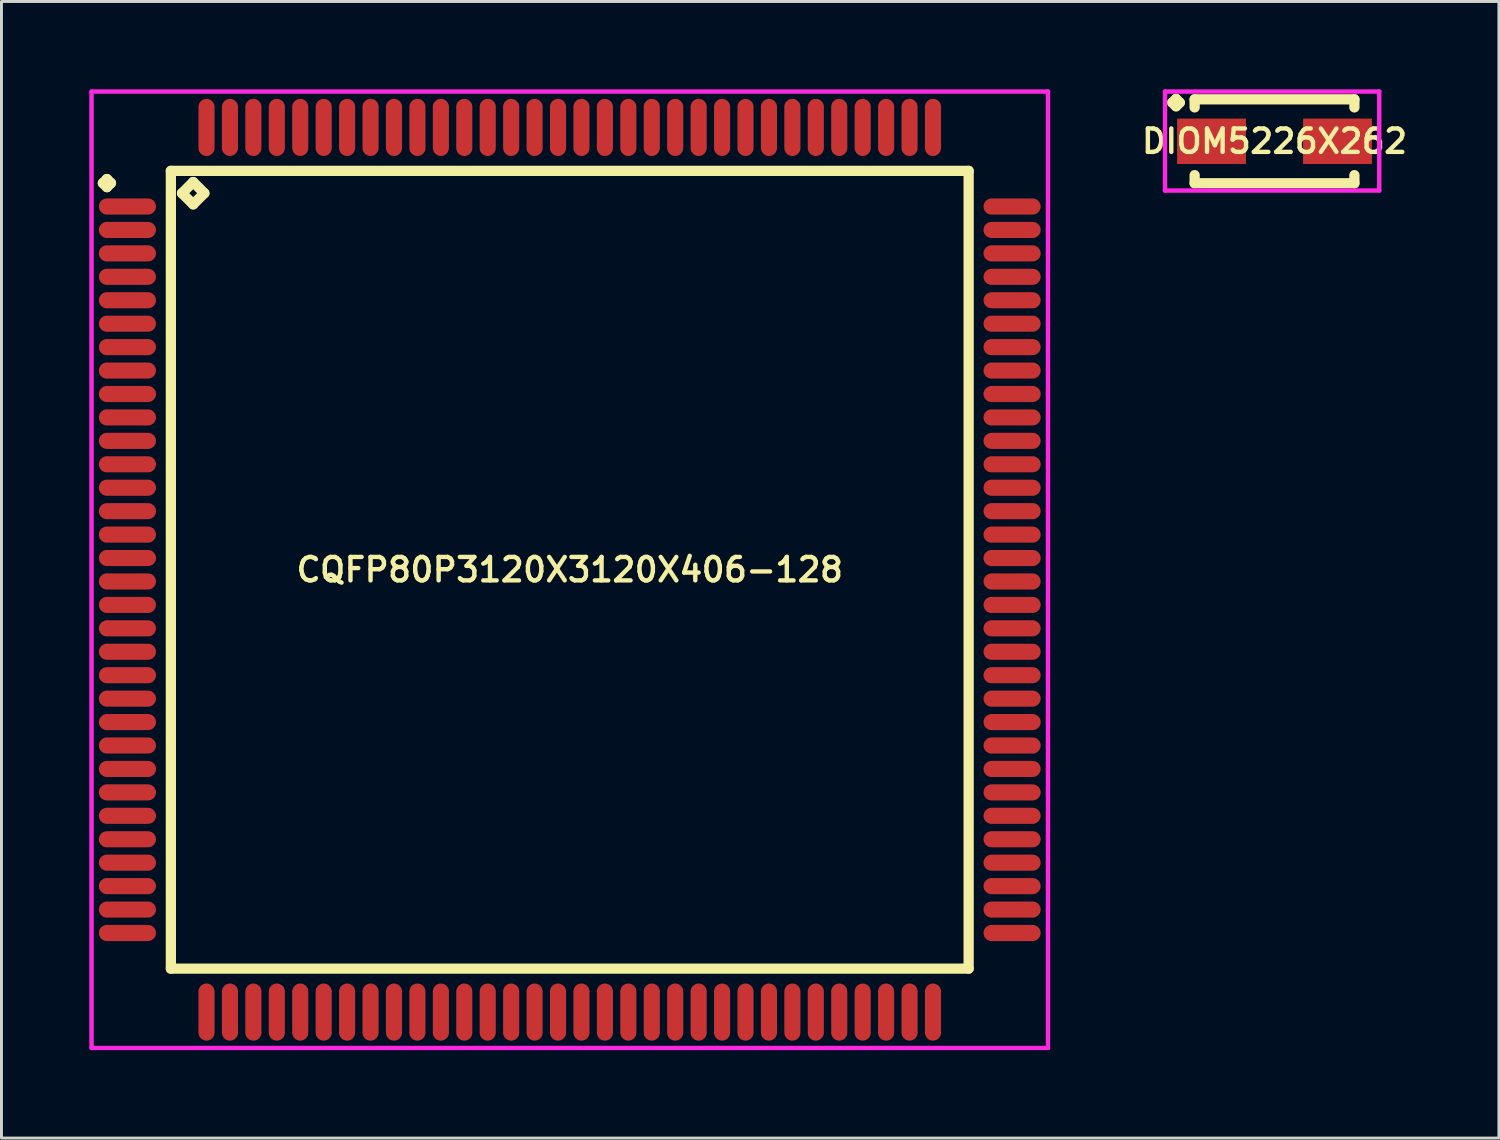
<source format=kicad_pcb>
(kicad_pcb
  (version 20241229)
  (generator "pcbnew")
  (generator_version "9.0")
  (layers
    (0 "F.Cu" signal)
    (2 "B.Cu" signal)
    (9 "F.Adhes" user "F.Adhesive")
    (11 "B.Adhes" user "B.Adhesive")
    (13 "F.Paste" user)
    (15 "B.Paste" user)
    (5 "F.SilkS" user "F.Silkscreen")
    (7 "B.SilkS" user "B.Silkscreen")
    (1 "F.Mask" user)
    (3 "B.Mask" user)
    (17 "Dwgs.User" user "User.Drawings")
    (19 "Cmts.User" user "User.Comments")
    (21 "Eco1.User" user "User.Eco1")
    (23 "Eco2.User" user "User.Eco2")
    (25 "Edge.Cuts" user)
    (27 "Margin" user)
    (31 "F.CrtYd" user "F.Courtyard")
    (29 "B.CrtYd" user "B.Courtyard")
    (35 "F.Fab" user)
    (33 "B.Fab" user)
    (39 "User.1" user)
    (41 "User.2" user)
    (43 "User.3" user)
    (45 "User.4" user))
  (footprint "DIOM5226X262"
    (layer "F.Cu")
    (at 40.459 1.773)
    (property "Reference" "DIOM5226X262" (at 0 0 0) (layer "F.SilkS") (effects (font (size 0.8 0.8) (thickness 0.15))))
    (attr smd)
    (fp_line (start -3.489 -1.321) (end -3.362 -1.448) (stroke (width 0.35) (type solid)) (layer "F.SilkS"))
    (fp_line (start -3.362 -1.448) (end -3.235 -1.321) (stroke (width 0.35) (type solid)) (layer "F.SilkS"))
    (fp_line (start -3.362 -1.194) (end -3.489 -1.321) (stroke (width 0.35) (type solid)) (layer "F.SilkS"))
    (fp_line (start -3.235 -1.321) (end -3.362 -1.194) (stroke (width 0.35) (type solid)) (layer "F.SilkS"))
    (fp_line (start -2.727 -1.432) (end 2.727 -1.432) (stroke (width 0.35) (type solid)) (layer "F.SilkS"))
    (fp_line (start -2.727 -1.156) (end -2.727 -1.432) (stroke (width 0.35) (type solid)) (layer "F.SilkS"))
    (fp_line (start -2.727 1.156) (end -2.727 1.432) (stroke (width 0.35) (type solid)) (layer "F.SilkS"))
    (fp_line (start -2.727 1.432) (end 2.727 1.432) (stroke (width 0.35) (type solid)) (layer "F.SilkS"))
    (fp_line (start 2.727 -1.432) (end 2.727 -1.156) (stroke (width 0.35) (type solid)) (layer "F.SilkS"))
    (fp_line (start 2.727 1.432) (end 2.727 1.156) (stroke (width 0.35) (type solid)) (layer "F.SilkS"))
    (fp_line (start -3.739 -1.698) (end 3.575 -1.698) (stroke (width 0.15) (type solid)) (layer "F.CrtYd"))
    (fp_line (start -3.739 1.682) (end -3.739 -1.698) (stroke (width 0.15) (type solid)) (layer "F.CrtYd"))
    (fp_line (start 3.575 -1.698) (end 3.575 1.682) (stroke (width 0.15) (type solid)) (layer "F.CrtYd"))
    (fp_line (start 3.575 1.682) (end -3.739 1.682) (stroke (width 0.15) (type solid)) (layer "F.CrtYd"))
    (pad "1" smd rect (at -2.15 0) (size 2.35 1.55) (layers "F.Cu" "F.Mask" "F.Paste"))
    (pad "2" smd rect (at 2.15 0) (size 2.35 1.55) (layers "F.Cu" "F.Mask" "F.Paste")))
  (footprint "CQFP80P3120X3120X406-128"
    (layer "F.Cu")
    (at 16.4 16.4)
    (property "Reference" "CQFP80P3120X3120X406-128" (at 0 0 0) (layer "F.SilkS") (effects (font (size 0.8 0.8) (thickness 0.15))))
    (attr smd)
    (fp_line (start -15.938 -13.2) (end -15.8 -13.338) (stroke (width 0.35) (type solid)) (layer "F.SilkS"))
    (fp_line (start -15.8 -13.338) (end -15.662 -13.2) (stroke (width 0.35) (type solid)) (layer "F.SilkS"))
    (fp_line (start -15.8 -13.062) (end -15.938 -13.2) (stroke (width 0.35) (type solid)) (layer "F.SilkS"))
    (fp_line (start -15.662 -13.2) (end -15.8 -13.062) (stroke (width 0.35) (type solid)) (layer "F.SilkS"))
    (fp_line (start -13.617 -13.617) (end -13.617 13.617) (stroke (width 0.35) (type solid)) (layer "F.SilkS"))
    (fp_line (start -13.617 13.617) (end 13.617 13.617) (stroke (width 0.35) (type solid)) (layer "F.SilkS"))
    (fp_line (start -13.236 -12.855) (end -12.855 -13.236) (stroke (width 0.35) (type solid)) (layer "F.SilkS"))
    (fp_line (start -12.855 -13.236) (end -12.474 -12.855) (stroke (width 0.35) (type solid)) (layer "F.SilkS"))
    (fp_line (start -12.855 -12.474) (end -13.236 -12.855) (stroke (width 0.35) (type solid)) (layer "F.SilkS"))
    (fp_line (start -12.474 -12.855) (end -12.855 -12.474) (stroke (width 0.35) (type solid)) (layer "F.SilkS"))
    (fp_line (start 13.617 -13.617) (end -13.617 -13.617) (stroke (width 0.35) (type solid)) (layer "F.SilkS"))
    (fp_line (start 13.617 13.617) (end 13.617 -13.617) (stroke (width 0.35) (type solid)) (layer "F.SilkS"))
    (fp_line (start -16.325 -16.325) (end 16.325 -16.325) (stroke (width 0.15) (type solid)) (layer "F.CrtYd"))
    (fp_line (start -16.325 16.325) (end -16.325 -16.325) (stroke (width 0.15) (type solid)) (layer "F.CrtYd"))
    (fp_line (start 16.325 -16.325) (end 16.325 16.325) (stroke (width 0.15) (type solid)) (layer "F.CrtYd"))
    (fp_line (start 16.325 16.325) (end -16.325 16.325) (stroke (width 0.15) (type solid)) (layer "F.CrtYd"))
    (pad "1" smd oval (at -15.1 -12.4) (size 1.95 0.55) (layers "F.Cu" "F.Mask" "F.Paste"))
    (pad "2" smd oval (at -15.1 -11.6) (size 1.95 0.55) (layers "F.Cu" "F.Mask" "F.Paste"))
    (pad "3" smd oval (at -15.1 -10.8) (size 1.95 0.55) (layers "F.Cu" "F.Mask" "F.Paste"))
    (pad "4" smd oval (at -15.1 -10) (size 1.95 0.55) (layers "F.Cu" "F.Mask" "F.Paste"))
    (pad "5" smd oval (at -15.1 -9.2) (size 1.95 0.55) (layers "F.Cu" "F.Mask" "F.Paste"))
    (pad "6" smd oval (at -15.1 -8.4) (size 1.95 0.55) (layers "F.Cu" "F.Mask" "F.Paste"))
    (pad "7" smd oval (at -15.1 -7.6) (size 1.95 0.55) (layers "F.Cu" "F.Mask" "F.Paste"))
    (pad "8" smd oval (at -15.1 -6.8) (size 1.95 0.55) (layers "F.Cu" "F.Mask" "F.Paste"))
    (pad "9" smd oval (at -15.1 -6) (size 1.95 0.55) (layers "F.Cu" "F.Mask" "F.Paste"))
    (pad "10" smd oval (at -15.1 -5.2) (size 1.95 0.55) (layers "F.Cu" "F.Mask" "F.Paste"))
    (pad "11" smd oval (at -15.1 -4.4) (size 1.95 0.55) (layers "F.Cu" "F.Mask" "F.Paste"))
    (pad "12" smd oval (at -15.1 -3.6) (size 1.95 0.55) (layers "F.Cu" "F.Mask" "F.Paste"))
    (pad "13" smd oval (at -15.1 -2.8) (size 1.95 0.55) (layers "F.Cu" "F.Mask" "F.Paste"))
    (pad "14" smd oval (at -15.1 -2) (size 1.95 0.55) (layers "F.Cu" "F.Mask" "F.Paste"))
    (pad "15" smd oval (at -15.1 -1.2) (size 1.95 0.55) (layers "F.Cu" "F.Mask" "F.Paste"))
    (pad "16" smd oval (at -15.1 -0.4) (size 1.95 0.55) (layers "F.Cu" "F.Mask" "F.Paste"))
    (pad "17" smd oval (at -15.1 0.4) (size 1.95 0.55) (layers "F.Cu" "F.Mask" "F.Paste"))
    (pad "18" smd oval (at -15.1 1.2) (size 1.95 0.55) (layers "F.Cu" "F.Mask" "F.Paste"))
    (pad "19" smd oval (at -15.1 2) (size 1.95 0.55) (layers "F.Cu" "F.Mask" "F.Paste"))
    (pad "20" smd oval (at -15.1 2.8) (size 1.95 0.55) (layers "F.Cu" "F.Mask" "F.Paste"))
    (pad "21" smd oval (at -15.1 3.6) (size 1.95 0.55) (layers "F.Cu" "F.Mask" "F.Paste"))
    (pad "22" smd oval (at -15.1 4.4) (size 1.95 0.55) (layers "F.Cu" "F.Mask" "F.Paste"))
    (pad "23" smd oval (at -15.1 5.2) (size 1.95 0.55) (layers "F.Cu" "F.Mask" "F.Paste"))
    (pad "24" smd oval (at -15.1 6) (size 1.95 0.55) (layers "F.Cu" "F.Mask" "F.Paste"))
    (pad "25" smd oval (at -15.1 6.8) (size 1.95 0.55) (layers "F.Cu" "F.Mask" "F.Paste"))
    (pad "26" smd oval (at -15.1 7.6) (size 1.95 0.55) (layers "F.Cu" "F.Mask" "F.Paste"))
    (pad "27" smd oval (at -15.1 8.4) (size 1.95 0.55) (layers "F.Cu" "F.Mask" "F.Paste"))
    (pad "28" smd oval (at -15.1 9.2) (size 1.95 0.55) (layers "F.Cu" "F.Mask" "F.Paste"))
    (pad "29" smd oval (at -15.1 10) (size 1.95 0.55) (layers "F.Cu" "F.Mask" "F.Paste"))
    (pad "30" smd oval (at -15.1 10.8) (size 1.95 0.55) (layers "F.Cu" "F.Mask" "F.Paste"))
    (pad "31" smd oval (at -15.1 11.6) (size 1.95 0.55) (layers "F.Cu" "F.Mask" "F.Paste"))
    (pad "32" smd oval (at -15.1 12.4) (size 1.95 0.55) (layers "F.Cu" "F.Mask" "F.Paste"))
    (pad "33" smd oval (at -12.4 15.1) (size 0.55 1.95) (layers "F.Cu" "F.Mask" "F.Paste"))
    (pad "34" smd oval (at -11.6 15.1) (size 0.55 1.95) (layers "F.Cu" "F.Mask" "F.Paste"))
    (pad "35" smd oval (at -10.8 15.1) (size 0.55 1.95) (layers "F.Cu" "F.Mask" "F.Paste"))
    (pad "36" smd oval (at -10 15.1) (size 0.55 1.95) (layers "F.Cu" "F.Mask" "F.Paste"))
    (pad "37" smd oval (at -9.2 15.1) (size 0.55 1.95) (layers "F.Cu" "F.Mask" "F.Paste"))
    (pad "38" smd oval (at -8.4 15.1) (size 0.55 1.95) (layers "F.Cu" "F.Mask" "F.Paste"))
    (pad "39" smd oval (at -7.6 15.1) (size 0.55 1.95) (layers "F.Cu" "F.Mask" "F.Paste"))
    (pad "40" smd oval (at -6.8 15.1) (size 0.55 1.95) (layers "F.Cu" "F.Mask" "F.Paste"))
    (pad "41" smd oval (at -6 15.1) (size 0.55 1.95) (layers "F.Cu" "F.Mask" "F.Paste"))
    (pad "42" smd oval (at -5.2 15.1) (size 0.55 1.95) (layers "F.Cu" "F.Mask" "F.Paste"))
    (pad "43" smd oval (at -4.4 15.1) (size 0.55 1.95) (layers "F.Cu" "F.Mask" "F.Paste"))
    (pad "44" smd oval (at -3.6 15.1) (size 0.55 1.95) (layers "F.Cu" "F.Mask" "F.Paste"))
    (pad "45" smd oval (at -2.8 15.1) (size 0.55 1.95) (layers "F.Cu" "F.Mask" "F.Paste"))
    (pad "46" smd oval (at -2 15.1) (size 0.55 1.95) (layers "F.Cu" "F.Mask" "F.Paste"))
    (pad "47" smd oval (at -1.2 15.1) (size 0.55 1.95) (layers "F.Cu" "F.Mask" "F.Paste"))
    (pad "48" smd oval (at -0.4 15.1) (size 0.55 1.95) (layers "F.Cu" "F.Mask" "F.Paste"))
    (pad "49" smd oval (at 0.4 15.1) (size 0.55 1.95) (layers "F.Cu" "F.Mask" "F.Paste"))
    (pad "50" smd oval (at 1.2 15.1) (size 0.55 1.95) (layers "F.Cu" "F.Mask" "F.Paste"))
    (pad "51" smd oval (at 2 15.1) (size 0.55 1.95) (layers "F.Cu" "F.Mask" "F.Paste"))
    (pad "52" smd oval (at 2.8 15.1) (size 0.55 1.95) (layers "F.Cu" "F.Mask" "F.Paste"))
    (pad "53" smd oval (at 3.6 15.1) (size 0.55 1.95) (layers "F.Cu" "F.Mask" "F.Paste"))
    (pad "54" smd oval (at 4.4 15.1) (size 0.55 1.95) (layers "F.Cu" "F.Mask" "F.Paste"))
    (pad "55" smd oval (at 5.2 15.1) (size 0.55 1.95) (layers "F.Cu" "F.Mask" "F.Paste"))
    (pad "56" smd oval (at 6 15.1) (size 0.55 1.95) (layers "F.Cu" "F.Mask" "F.Paste"))
    (pad "57" smd oval (at 6.8 15.1) (size 0.55 1.95) (layers "F.Cu" "F.Mask" "F.Paste"))
    (pad "58" smd oval (at 7.6 15.1) (size 0.55 1.95) (layers "F.Cu" "F.Mask" "F.Paste"))
    (pad "59" smd oval (at 8.4 15.1) (size 0.55 1.95) (layers "F.Cu" "F.Mask" "F.Paste"))
    (pad "60" smd oval (at 9.2 15.1) (size 0.55 1.95) (layers "F.Cu" "F.Mask" "F.Paste"))
    (pad "61" smd oval (at 10 15.1) (size 0.55 1.95) (layers "F.Cu" "F.Mask" "F.Paste"))
    (pad "62" smd oval (at 10.8 15.1) (size 0.55 1.95) (layers "F.Cu" "F.Mask" "F.Paste"))
    (pad "63" smd oval (at 11.6 15.1) (size 0.55 1.95) (layers "F.Cu" "F.Mask" "F.Paste"))
    (pad "64" smd oval (at 12.4 15.1) (size 0.55 1.95) (layers "F.Cu" "F.Mask" "F.Paste"))
    (pad "65" smd oval (at 15.1 12.4) (size 1.95 0.55) (layers "F.Cu" "F.Mask" "F.Paste"))
    (pad "66" smd oval (at 15.1 11.6) (size 1.95 0.55) (layers "F.Cu" "F.Mask" "F.Paste"))
    (pad "67" smd oval (at 15.1 10.8) (size 1.95 0.55) (layers "F.Cu" "F.Mask" "F.Paste"))
    (pad "68" smd oval (at 15.1 10) (size 1.95 0.55) (layers "F.Cu" "F.Mask" "F.Paste"))
    (pad "69" smd oval (at 15.1 9.2) (size 1.95 0.55) (layers "F.Cu" "F.Mask" "F.Paste"))
    (pad "70" smd oval (at 15.1 8.4) (size 1.95 0.55) (layers "F.Cu" "F.Mask" "F.Paste"))
    (pad "71" smd oval (at 15.1 7.6) (size 1.95 0.55) (layers "F.Cu" "F.Mask" "F.Paste"))
    (pad "72" smd oval (at 15.1 6.8) (size 1.95 0.55) (layers "F.Cu" "F.Mask" "F.Paste"))
    (pad "73" smd oval (at 15.1 6) (size 1.95 0.55) (layers "F.Cu" "F.Mask" "F.Paste"))
    (pad "74" smd oval (at 15.1 5.2) (size 1.95 0.55) (layers "F.Cu" "F.Mask" "F.Paste"))
    (pad "75" smd oval (at 15.1 4.4) (size 1.95 0.55) (layers "F.Cu" "F.Mask" "F.Paste"))
    (pad "76" smd oval (at 15.1 3.6) (size 1.95 0.55) (layers "F.Cu" "F.Mask" "F.Paste"))
    (pad "77" smd oval (at 15.1 2.8) (size 1.95 0.55) (layers "F.Cu" "F.Mask" "F.Paste"))
    (pad "78" smd oval (at 15.1 2) (size 1.95 0.55) (layers "F.Cu" "F.Mask" "F.Paste"))
    (pad "79" smd oval (at 15.1 1.2) (size 1.95 0.55) (layers "F.Cu" "F.Mask" "F.Paste"))
    (pad "80" smd oval (at 15.1 0.4) (size 1.95 0.55) (layers "F.Cu" "F.Mask" "F.Paste"))
    (pad "81" smd oval (at 15.1 -0.4) (size 1.95 0.55) (layers "F.Cu" "F.Mask" "F.Paste"))
    (pad "82" smd oval (at 15.1 -1.2) (size 1.95 0.55) (layers "F.Cu" "F.Mask" "F.Paste"))
    (pad "83" smd oval (at 15.1 -2) (size 1.95 0.55) (layers "F.Cu" "F.Mask" "F.Paste"))
    (pad "84" smd oval (at 15.1 -2.8) (size 1.95 0.55) (layers "F.Cu" "F.Mask" "F.Paste"))
    (pad "85" smd oval (at 15.1 -3.6) (size 1.95 0.55) (layers "F.Cu" "F.Mask" "F.Paste"))
    (pad "86" smd oval (at 15.1 -4.4) (size 1.95 0.55) (layers "F.Cu" "F.Mask" "F.Paste"))
    (pad "87" smd oval (at 15.1 -5.2) (size 1.95 0.55) (layers "F.Cu" "F.Mask" "F.Paste"))
    (pad "88" smd oval (at 15.1 -6) (size 1.95 0.55) (layers "F.Cu" "F.Mask" "F.Paste"))
    (pad "89" smd oval (at 15.1 -6.8) (size 1.95 0.55) (layers "F.Cu" "F.Mask" "F.Paste"))
    (pad "90" smd oval (at 15.1 -7.6) (size 1.95 0.55) (layers "F.Cu" "F.Mask" "F.Paste"))
    (pad "91" smd oval (at 15.1 -8.4) (size 1.95 0.55) (layers "F.Cu" "F.Mask" "F.Paste"))
    (pad "92" smd oval (at 15.1 -9.2) (size 1.95 0.55) (layers "F.Cu" "F.Mask" "F.Paste"))
    (pad "93" smd oval (at 15.1 -10) (size 1.95 0.55) (layers "F.Cu" "F.Mask" "F.Paste"))
    (pad "94" smd oval (at 15.1 -10.8) (size 1.95 0.55) (layers "F.Cu" "F.Mask" "F.Paste"))
    (pad "95" smd oval (at 15.1 -11.6) (size 1.95 0.55) (layers "F.Cu" "F.Mask" "F.Paste"))
    (pad "96" smd oval (at 15.1 -12.4) (size 1.95 0.55) (layers "F.Cu" "F.Mask" "F.Paste"))
    (pad "97" smd oval (at 12.4 -15.1) (size 0.55 1.95) (layers "F.Cu" "F.Mask" "F.Paste"))
    (pad "98" smd oval (at 11.6 -15.1) (size 0.55 1.95) (layers "F.Cu" "F.Mask" "F.Paste"))
    (pad "99" smd oval (at 10.8 -15.1) (size 0.55 1.95) (layers "F.Cu" "F.Mask" "F.Paste"))
    (pad "100" smd oval (at 10 -15.1) (size 0.55 1.95) (layers "F.Cu" "F.Mask" "F.Paste"))
    (pad "101" smd oval (at 9.2 -15.1) (size 0.55 1.95) (layers "F.Cu" "F.Mask" "F.Paste"))
    (pad "102" smd oval (at 8.4 -15.1) (size 0.55 1.95) (layers "F.Cu" "F.Mask" "F.Paste"))
    (pad "103" smd oval (at 7.6 -15.1) (size 0.55 1.95) (layers "F.Cu" "F.Mask" "F.Paste"))
    (pad "104" smd oval (at 6.8 -15.1) (size 0.55 1.95) (layers "F.Cu" "F.Mask" "F.Paste"))
    (pad "105" smd oval (at 6 -15.1) (size 0.55 1.95) (layers "F.Cu" "F.Mask" "F.Paste"))
    (pad "106" smd oval (at 5.2 -15.1) (size 0.55 1.95) (layers "F.Cu" "F.Mask" "F.Paste"))
    (pad "107" smd oval (at 4.4 -15.1) (size 0.55 1.95) (layers "F.Cu" "F.Mask" "F.Paste"))
    (pad "108" smd oval (at 3.6 -15.1) (size 0.55 1.95) (layers "F.Cu" "F.Mask" "F.Paste"))
    (pad "109" smd oval (at 2.8 -15.1) (size 0.55 1.95) (layers "F.Cu" "F.Mask" "F.Paste"))
    (pad "110" smd oval (at 2 -15.1) (size 0.55 1.95) (layers "F.Cu" "F.Mask" "F.Paste"))
    (pad "111" smd oval (at 1.2 -15.1) (size 0.55 1.95) (layers "F.Cu" "F.Mask" "F.Paste"))
    (pad "112" smd oval (at 0.4 -15.1) (size 0.55 1.95) (layers "F.Cu" "F.Mask" "F.Paste"))
    (pad "113" smd oval (at -0.4 -15.1) (size 0.55 1.95) (layers "F.Cu" "F.Mask" "F.Paste"))
    (pad "114" smd oval (at -1.2 -15.1) (size 0.55 1.95) (layers "F.Cu" "F.Mask" "F.Paste"))
    (pad "115" smd oval (at -2 -15.1) (size 0.55 1.95) (layers "F.Cu" "F.Mask" "F.Paste"))
    (pad "116" smd oval (at -2.8 -15.1) (size 0.55 1.95) (layers "F.Cu" "F.Mask" "F.Paste"))
    (pad "117" smd oval (at -3.6 -15.1) (size 0.55 1.95) (layers "F.Cu" "F.Mask" "F.Paste"))
    (pad "118" smd oval (at -4.4 -15.1) (size 0.55 1.95) (layers "F.Cu" "F.Mask" "F.Paste"))
    (pad "119" smd oval (at -5.2 -15.1) (size 0.55 1.95) (layers "F.Cu" "F.Mask" "F.Paste"))
    (pad "120" smd oval (at -6 -15.1) (size 0.55 1.95) (layers "F.Cu" "F.Mask" "F.Paste"))
    (pad "121" smd oval (at -6.8 -15.1) (size 0.55 1.95) (layers "F.Cu" "F.Mask" "F.Paste"))
    (pad "122" smd oval (at -7.6 -15.1) (size 0.55 1.95) (layers "F.Cu" "F.Mask" "F.Paste"))
    (pad "123" smd oval (at -8.4 -15.1) (size 0.55 1.95) (layers "F.Cu" "F.Mask" "F.Paste"))
    (pad "124" smd oval (at -9.2 -15.1) (size 0.55 1.95) (layers "F.Cu" "F.Mask" "F.Paste"))
    (pad "125" smd oval (at -10 -15.1) (size 0.55 1.95) (layers "F.Cu" "F.Mask" "F.Paste"))
    (pad "126" smd oval (at -10.8 -15.1) (size 0.55 1.95) (layers "F.Cu" "F.Mask" "F.Paste"))
    (pad "127" smd oval (at -11.6 -15.1) (size 0.55 1.95) (layers "F.Cu" "F.Mask" "F.Paste"))
    (pad "128" smd oval (at -12.4 -15.1) (size 0.55 1.95) (layers "F.Cu" "F.Mask" "F.Paste")))
  (gr_rect
    (start -3 -3)
    (end 48.119 35.8)
    (stroke (width 0.1) (type default))
    (fill no)
    (layer "Edge.Cuts")))
</source>
